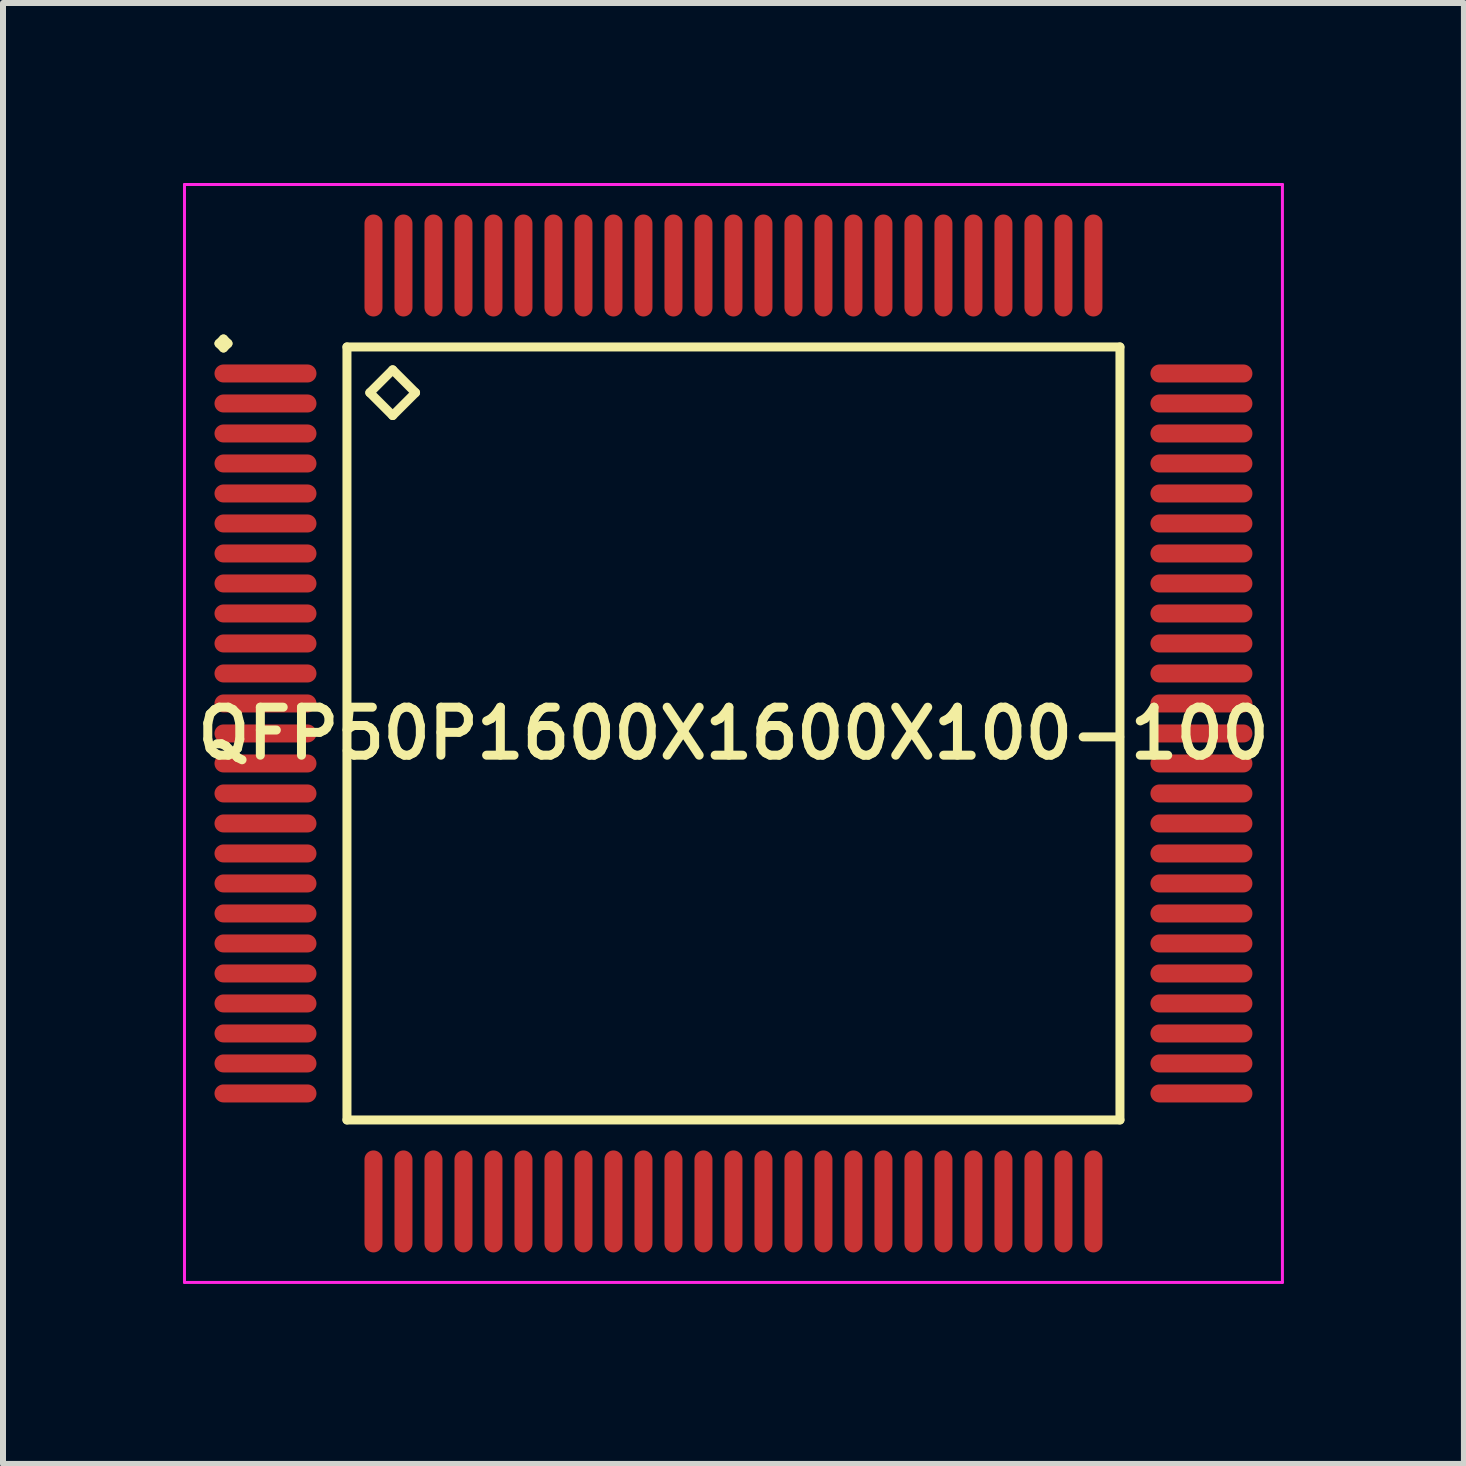
<source format=kicad_pcb>
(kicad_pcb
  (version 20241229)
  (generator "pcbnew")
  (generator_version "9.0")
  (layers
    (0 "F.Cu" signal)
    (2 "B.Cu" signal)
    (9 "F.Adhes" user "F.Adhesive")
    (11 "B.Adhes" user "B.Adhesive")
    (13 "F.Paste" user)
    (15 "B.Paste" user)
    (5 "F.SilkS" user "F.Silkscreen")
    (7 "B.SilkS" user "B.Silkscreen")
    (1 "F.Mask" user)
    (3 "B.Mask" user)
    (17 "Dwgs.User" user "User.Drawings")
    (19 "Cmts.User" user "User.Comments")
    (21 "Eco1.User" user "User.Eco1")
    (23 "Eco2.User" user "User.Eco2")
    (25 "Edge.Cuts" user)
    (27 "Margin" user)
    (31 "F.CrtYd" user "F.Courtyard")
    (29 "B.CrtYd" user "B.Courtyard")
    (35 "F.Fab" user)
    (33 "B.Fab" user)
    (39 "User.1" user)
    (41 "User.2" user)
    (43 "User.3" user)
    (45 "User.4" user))
  (footprint "QFP50P1600X1600X100-100"
    (layer "F.Cu")
    (at 9.175 9.175)
    (property "Reference" "QFP50P1600X1600X100-100" (at 0 0 0) (layer "F.SilkS") (effects (font (size 0.8 0.8) (thickness 0.15))))
    (attr smd)
    (fp_line (start -8.575 -6.5) (end -8.5 -6.575) (stroke (width 0.15) (type solid)) (layer "F.SilkS"))
    (fp_line (start -8.5 -6.575) (end -8.425 -6.5) (stroke (width 0.15) (type solid)) (layer "F.SilkS"))
    (fp_line (start -8.5 -6.425) (end -8.575 -6.5) (stroke (width 0.15) (type solid)) (layer "F.SilkS"))
    (fp_line (start -8.425 -6.5) (end -8.5 -6.425) (stroke (width 0.15) (type solid)) (layer "F.SilkS"))
    (fp_line (start -6.442 -6.442) (end -6.442 6.442) (stroke (width 0.15) (type solid)) (layer "F.SilkS"))
    (fp_line (start -6.442 6.442) (end 6.442 6.442) (stroke (width 0.15) (type solid)) (layer "F.SilkS"))
    (fp_line (start -6.061 -5.68) (end -5.68 -6.061) (stroke (width 0.15) (type solid)) (layer "F.SilkS"))
    (fp_line (start -5.68 -6.061) (end -5.299 -5.68) (stroke (width 0.15) (type solid)) (layer "F.SilkS"))
    (fp_line (start -5.68 -5.299) (end -6.061 -5.68) (stroke (width 0.15) (type solid)) (layer "F.SilkS"))
    (fp_line (start -5.299 -5.68) (end -5.68 -5.299) (stroke (width 0.15) (type solid)) (layer "F.SilkS"))
    (fp_line (start 6.442 -6.442) (end -6.442 -6.442) (stroke (width 0.15) (type solid)) (layer "F.SilkS"))
    (fp_line (start 6.442 6.442) (end 6.442 -6.442) (stroke (width 0.15) (type solid)) (layer "F.SilkS"))
    (fp_line (start -9.15 -9.15) (end 9.15 -9.15) (stroke (width 0.05) (type solid)) (layer "F.CrtYd"))
    (fp_line (start -9.15 9.15) (end -9.15 -9.15) (stroke (width 0.05) (type solid)) (layer "F.CrtYd"))
    (fp_line (start 9.15 -9.15) (end 9.15 9.15) (stroke (width 0.05) (type solid)) (layer "F.CrtYd"))
    (fp_line (start 9.15 9.15) (end -9.15 9.15) (stroke (width 0.05) (type solid)) (layer "F.CrtYd"))
    (pad "1" smd oval (at -7.8 -6) (size 1.7 0.3) (layers "F.Cu" "F.Mask" "F.Paste"))
    (pad "2" smd oval (at -7.8 -5.5) (size 1.7 0.3) (layers "F.Cu" "F.Mask" "F.Paste"))
    (pad "3" smd oval (at -7.8 -5) (size 1.7 0.3) (layers "F.Cu" "F.Mask" "F.Paste"))
    (pad "4" smd oval (at -7.8 -4.5) (size 1.7 0.3) (layers "F.Cu" "F.Mask" "F.Paste"))
    (pad "5" smd oval (at -7.8 -4) (size 1.7 0.3) (layers "F.Cu" "F.Mask" "F.Paste"))
    (pad "6" smd oval (at -7.8 -3.5) (size 1.7 0.3) (layers "F.Cu" "F.Mask" "F.Paste"))
    (pad "7" smd oval (at -7.8 -3) (size 1.7 0.3) (layers "F.Cu" "F.Mask" "F.Paste"))
    (pad "8" smd oval (at -7.8 -2.5) (size 1.7 0.3) (layers "F.Cu" "F.Mask" "F.Paste"))
    (pad "9" smd oval (at -7.8 -2) (size 1.7 0.3) (layers "F.Cu" "F.Mask" "F.Paste"))
    (pad "10" smd oval (at -7.8 -1.5) (size 1.7 0.3) (layers "F.Cu" "F.Mask" "F.Paste"))
    (pad "11" smd oval (at -7.8 -1) (size 1.7 0.3) (layers "F.Cu" "F.Mask" "F.Paste"))
    (pad "12" smd oval (at -7.8 -0.5) (size 1.7 0.3) (layers "F.Cu" "F.Mask" "F.Paste"))
    (pad "13" smd oval (at -7.8 0) (size 1.7 0.3) (layers "F.Cu" "F.Mask" "F.Paste"))
    (pad "14" smd oval (at -7.8 0.5) (size 1.7 0.3) (layers "F.Cu" "F.Mask" "F.Paste"))
    (pad "15" smd oval (at -7.8 1) (size 1.7 0.3) (layers "F.Cu" "F.Mask" "F.Paste"))
    (pad "16" smd oval (at -7.8 1.5) (size 1.7 0.3) (layers "F.Cu" "F.Mask" "F.Paste"))
    (pad "17" smd oval (at -7.8 2) (size 1.7 0.3) (layers "F.Cu" "F.Mask" "F.Paste"))
    (pad "18" smd oval (at -7.8 2.5) (size 1.7 0.3) (layers "F.Cu" "F.Mask" "F.Paste"))
    (pad "19" smd oval (at -7.8 3) (size 1.7 0.3) (layers "F.Cu" "F.Mask" "F.Paste"))
    (pad "20" smd oval (at -7.8 3.5) (size 1.7 0.3) (layers "F.Cu" "F.Mask" "F.Paste"))
    (pad "21" smd oval (at -7.8 4) (size 1.7 0.3) (layers "F.Cu" "F.Mask" "F.Paste"))
    (pad "22" smd oval (at -7.8 4.5) (size 1.7 0.3) (layers "F.Cu" "F.Mask" "F.Paste"))
    (pad "23" smd oval (at -7.8 5) (size 1.7 0.3) (layers "F.Cu" "F.Mask" "F.Paste"))
    (pad "24" smd oval (at -7.8 5.5) (size 1.7 0.3) (layers "F.Cu" "F.Mask" "F.Paste"))
    (pad "25" smd oval (at -7.8 6) (size 1.7 0.3) (layers "F.Cu" "F.Mask" "F.Paste"))
    (pad "26" smd oval (at -6 7.8) (size 0.3 1.7) (layers "F.Cu" "F.Mask" "F.Paste"))
    (pad "27" smd oval (at -5.5 7.8) (size 0.3 1.7) (layers "F.Cu" "F.Mask" "F.Paste"))
    (pad "28" smd oval (at -5 7.8) (size 0.3 1.7) (layers "F.Cu" "F.Mask" "F.Paste"))
    (pad "29" smd oval (at -4.5 7.8) (size 0.3 1.7) (layers "F.Cu" "F.Mask" "F.Paste"))
    (pad "30" smd oval (at -4 7.8) (size 0.3 1.7) (layers "F.Cu" "F.Mask" "F.Paste"))
    (pad "31" smd oval (at -3.5 7.8) (size 0.3 1.7) (layers "F.Cu" "F.Mask" "F.Paste"))
    (pad "32" smd oval (at -3 7.8) (size 0.3 1.7) (layers "F.Cu" "F.Mask" "F.Paste"))
    (pad "33" smd oval (at -2.5 7.8) (size 0.3 1.7) (layers "F.Cu" "F.Mask" "F.Paste"))
    (pad "34" smd oval (at -2 7.8) (size 0.3 1.7) (layers "F.Cu" "F.Mask" "F.Paste"))
    (pad "35" smd oval (at -1.5 7.8) (size 0.3 1.7) (layers "F.Cu" "F.Mask" "F.Paste"))
    (pad "36" smd oval (at -1 7.8) (size 0.3 1.7) (layers "F.Cu" "F.Mask" "F.Paste"))
    (pad "37" smd oval (at -0.5 7.8) (size 0.3 1.7) (layers "F.Cu" "F.Mask" "F.Paste"))
    (pad "38" smd oval (at 0 7.8) (size 0.3 1.7) (layers "F.Cu" "F.Mask" "F.Paste"))
    (pad "39" smd oval (at 0.5 7.8) (size 0.3 1.7) (layers "F.Cu" "F.Mask" "F.Paste"))
    (pad "40" smd oval (at 1 7.8) (size 0.3 1.7) (layers "F.Cu" "F.Mask" "F.Paste"))
    (pad "41" smd oval (at 1.5 7.8) (size 0.3 1.7) (layers "F.Cu" "F.Mask" "F.Paste"))
    (pad "42" smd oval (at 2 7.8) (size 0.3 1.7) (layers "F.Cu" "F.Mask" "F.Paste"))
    (pad "43" smd oval (at 2.5 7.8) (size 0.3 1.7) (layers "F.Cu" "F.Mask" "F.Paste"))
    (pad "44" smd oval (at 3 7.8) (size 0.3 1.7) (layers "F.Cu" "F.Mask" "F.Paste"))
    (pad "45" smd oval (at 3.5 7.8) (size 0.3 1.7) (layers "F.Cu" "F.Mask" "F.Paste"))
    (pad "46" smd oval (at 4 7.8) (size 0.3 1.7) (layers "F.Cu" "F.Mask" "F.Paste"))
    (pad "47" smd oval (at 4.5 7.8) (size 0.3 1.7) (layers "F.Cu" "F.Mask" "F.Paste"))
    (pad "48" smd oval (at 5 7.8) (size 0.3 1.7) (layers "F.Cu" "F.Mask" "F.Paste"))
    (pad "49" smd oval (at 5.5 7.8) (size 0.3 1.7) (layers "F.Cu" "F.Mask" "F.Paste"))
    (pad "50" smd oval (at 6 7.8) (size 0.3 1.7) (layers "F.Cu" "F.Mask" "F.Paste"))
    (pad "51" smd oval (at 7.8 6) (size 1.7 0.3) (layers "F.Cu" "F.Mask" "F.Paste"))
    (pad "52" smd oval (at 7.8 5.5) (size 1.7 0.3) (layers "F.Cu" "F.Mask" "F.Paste"))
    (pad "53" smd oval (at 7.8 5) (size 1.7 0.3) (layers "F.Cu" "F.Mask" "F.Paste"))
    (pad "54" smd oval (at 7.8 4.5) (size 1.7 0.3) (layers "F.Cu" "F.Mask" "F.Paste"))
    (pad "55" smd oval (at 7.8 4) (size 1.7 0.3) (layers "F.Cu" "F.Mask" "F.Paste"))
    (pad "56" smd oval (at 7.8 3.5) (size 1.7 0.3) (layers "F.Cu" "F.Mask" "F.Paste"))
    (pad "57" smd oval (at 7.8 3) (size 1.7 0.3) (layers "F.Cu" "F.Mask" "F.Paste"))
    (pad "58" smd oval (at 7.8 2.5) (size 1.7 0.3) (layers "F.Cu" "F.Mask" "F.Paste"))
    (pad "59" smd oval (at 7.8 2) (size 1.7 0.3) (layers "F.Cu" "F.Mask" "F.Paste"))
    (pad "60" smd oval (at 7.8 1.5) (size 1.7 0.3) (layers "F.Cu" "F.Mask" "F.Paste"))
    (pad "61" smd oval (at 7.8 1) (size 1.7 0.3) (layers "F.Cu" "F.Mask" "F.Paste"))
    (pad "62" smd oval (at 7.8 0.5) (size 1.7 0.3) (layers "F.Cu" "F.Mask" "F.Paste"))
    (pad "63" smd oval (at 7.8 0) (size 1.7 0.3) (layers "F.Cu" "F.Mask" "F.Paste"))
    (pad "64" smd oval (at 7.8 -0.5) (size 1.7 0.3) (layers "F.Cu" "F.Mask" "F.Paste"))
    (pad "65" smd oval (at 7.8 -1) (size 1.7 0.3) (layers "F.Cu" "F.Mask" "F.Paste"))
    (pad "66" smd oval (at 7.8 -1.5) (size 1.7 0.3) (layers "F.Cu" "F.Mask" "F.Paste"))
    (pad "67" smd oval (at 7.8 -2) (size 1.7 0.3) (layers "F.Cu" "F.Mask" "F.Paste"))
    (pad "68" smd oval (at 7.8 -2.5) (size 1.7 0.3) (layers "F.Cu" "F.Mask" "F.Paste"))
    (pad "69" smd oval (at 7.8 -3) (size 1.7 0.3) (layers "F.Cu" "F.Mask" "F.Paste"))
    (pad "70" smd oval (at 7.8 -3.5) (size 1.7 0.3) (layers "F.Cu" "F.Mask" "F.Paste"))
    (pad "71" smd oval (at 7.8 -4) (size 1.7 0.3) (layers "F.Cu" "F.Mask" "F.Paste"))
    (pad "72" smd oval (at 7.8 -4.5) (size 1.7 0.3) (layers "F.Cu" "F.Mask" "F.Paste"))
    (pad "73" smd oval (at 7.8 -5) (size 1.7 0.3) (layers "F.Cu" "F.Mask" "F.Paste"))
    (pad "74" smd oval (at 7.8 -5.5) (size 1.7 0.3) (layers "F.Cu" "F.Mask" "F.Paste"))
    (pad "75" smd oval (at 7.8 -6) (size 1.7 0.3) (layers "F.Cu" "F.Mask" "F.Paste"))
    (pad "76" smd oval (at 6 -7.8) (size 0.3 1.7) (layers "F.Cu" "F.Mask" "F.Paste"))
    (pad "77" smd oval (at 5.5 -7.8) (size 0.3 1.7) (layers "F.Cu" "F.Mask" "F.Paste"))
    (pad "78" smd oval (at 5 -7.8) (size 0.3 1.7) (layers "F.Cu" "F.Mask" "F.Paste"))
    (pad "79" smd oval (at 4.5 -7.8) (size 0.3 1.7) (layers "F.Cu" "F.Mask" "F.Paste"))
    (pad "80" smd oval (at 4 -7.8) (size 0.3 1.7) (layers "F.Cu" "F.Mask" "F.Paste"))
    (pad "81" smd oval (at 3.5 -7.8) (size 0.3 1.7) (layers "F.Cu" "F.Mask" "F.Paste"))
    (pad "82" smd oval (at 3 -7.8) (size 0.3 1.7) (layers "F.Cu" "F.Mask" "F.Paste"))
    (pad "83" smd oval (at 2.5 -7.8) (size 0.3 1.7) (layers "F.Cu" "F.Mask" "F.Paste"))
    (pad "84" smd oval (at 2 -7.8) (size 0.3 1.7) (layers "F.Cu" "F.Mask" "F.Paste"))
    (pad "85" smd oval (at 1.5 -7.8) (size 0.3 1.7) (layers "F.Cu" "F.Mask" "F.Paste"))
    (pad "86" smd oval (at 1 -7.8) (size 0.3 1.7) (layers "F.Cu" "F.Mask" "F.Paste"))
    (pad "87" smd oval (at 0.5 -7.8) (size 0.3 1.7) (layers "F.Cu" "F.Mask" "F.Paste"))
    (pad "88" smd oval (at 0 -7.8) (size 0.3 1.7) (layers "F.Cu" "F.Mask" "F.Paste"))
    (pad "89" smd oval (at -0.5 -7.8) (size 0.3 1.7) (layers "F.Cu" "F.Mask" "F.Paste"))
    (pad "90" smd oval (at -1 -7.8) (size 0.3 1.7) (layers "F.Cu" "F.Mask" "F.Paste"))
    (pad "91" smd oval (at -1.5 -7.8) (size 0.3 1.7) (layers "F.Cu" "F.Mask" "F.Paste"))
    (pad "92" smd oval (at -2 -7.8) (size 0.3 1.7) (layers "F.Cu" "F.Mask" "F.Paste"))
    (pad "93" smd oval (at -2.5 -7.8) (size 0.3 1.7) (layers "F.Cu" "F.Mask" "F.Paste"))
    (pad "94" smd oval (at -3 -7.8) (size 0.3 1.7) (layers "F.Cu" "F.Mask" "F.Paste"))
    (pad "95" smd oval (at -3.5 -7.8) (size 0.3 1.7) (layers "F.Cu" "F.Mask" "F.Paste"))
    (pad "96" smd oval (at -4 -7.8) (size 0.3 1.7) (layers "F.Cu" "F.Mask" "F.Paste"))
    (pad "97" smd oval (at -4.5 -7.8) (size 0.3 1.7) (layers "F.Cu" "F.Mask" "F.Paste"))
    (pad "98" smd oval (at -5 -7.8) (size 0.3 1.7) (layers "F.Cu" "F.Mask" "F.Paste"))
    (pad "99" smd oval (at -5.5 -7.8) (size 0.3 1.7) (layers "F.Cu" "F.Mask" "F.Paste"))
    (pad "100" smd oval (at -6 -7.8) (size 0.3 1.7) (layers "F.Cu" "F.Mask" "F.Paste")))
  (gr_rect
    (start -3 -3)
    (end 21.35 21.35)
    (stroke (width 0.1) (type default))
    (fill no)
    (layer "Edge.Cuts")))
</source>
